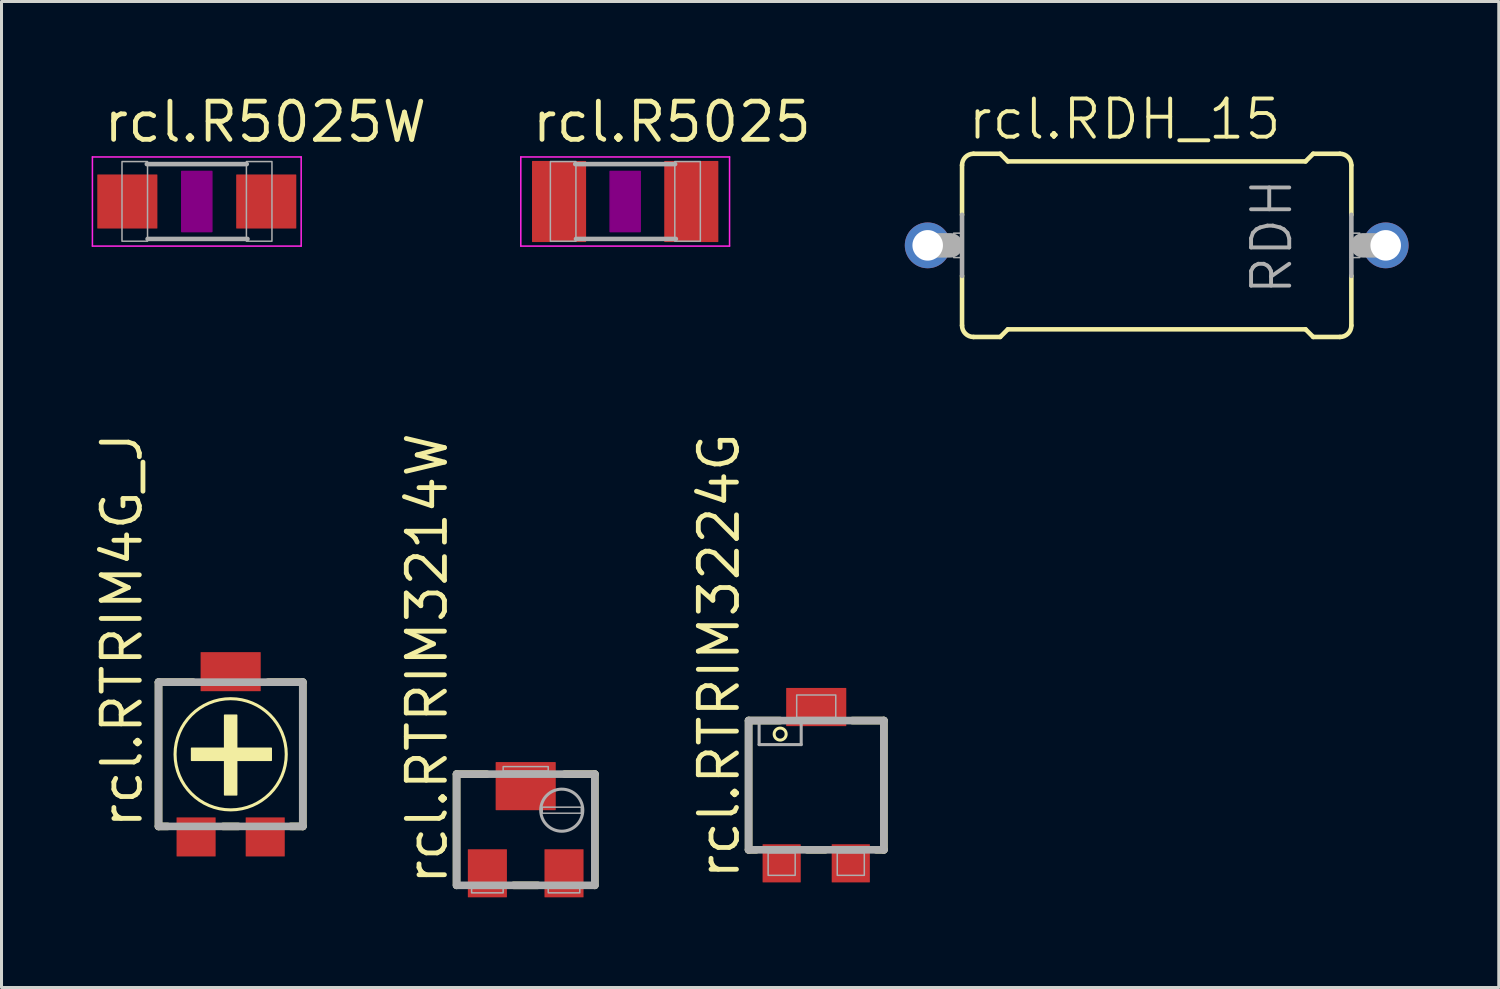
<source format=kicad_pcb>
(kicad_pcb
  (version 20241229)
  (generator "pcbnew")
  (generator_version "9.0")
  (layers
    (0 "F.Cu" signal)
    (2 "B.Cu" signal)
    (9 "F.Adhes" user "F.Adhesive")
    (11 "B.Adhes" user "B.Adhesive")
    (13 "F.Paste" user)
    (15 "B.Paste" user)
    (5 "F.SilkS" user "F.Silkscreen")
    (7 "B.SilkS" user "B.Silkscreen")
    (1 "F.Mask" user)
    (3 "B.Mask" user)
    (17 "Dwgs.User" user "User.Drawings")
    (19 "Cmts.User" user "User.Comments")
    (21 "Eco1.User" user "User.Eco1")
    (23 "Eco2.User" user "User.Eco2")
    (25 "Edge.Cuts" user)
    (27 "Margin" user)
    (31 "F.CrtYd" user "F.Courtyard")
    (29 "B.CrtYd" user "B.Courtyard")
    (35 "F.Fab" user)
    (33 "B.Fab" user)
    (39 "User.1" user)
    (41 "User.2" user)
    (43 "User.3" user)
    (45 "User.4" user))
  (footprint "rcl.R5025"
    (layer "F.Cu")
    (at 17.752 3.655)
    (property "Reference" "rcl.R5025" (at -3.175 -1.905 0) (layer "F.SilkS") (effects (font (size 1.27 1.27) (thickness 0.16)) (justify left bottom)))
    (attr smd)
    (fp_rect (start -0.5 1) (end 0.5 -1) (stroke (width 0.05) (type default)) (fill yes) (layer "F.Adhes"))
    (fp_line (start -3.473 -1.483) (end 3.473 -1.483) (stroke (width 0.051) (type default)) (layer "F.CrtYd"))
    (fp_line (start -3.473 1.483) (end -3.473 -1.483) (stroke (width 0.051) (type default)) (layer "F.CrtYd"))
    (fp_line (start 3.473 -1.483) (end 3.473 1.483) (stroke (width 0.051) (type default)) (layer "F.CrtYd"))
    (fp_line (start 3.473 1.483) (end -3.473 1.483) (stroke (width 0.051) (type default)) (layer "F.CrtYd"))
    (fp_line (start -1.662 -1.245) (end 1.662 -1.245) (stroke (width 0.152) (type default)) (layer "F.Fab"))
    (fp_line (start -1.637 1.245) (end 1.687 1.245) (stroke (width 0.152) (type default)) (layer "F.Fab"))
    (fp_rect (start -2.489 1.321) (end -1.639 -1.329) (stroke (width 0.05) (type default)) (fill no) (layer "F.Fab"))
    (fp_rect (start 1.651 1.321) (end 2.501 -1.329) (stroke (width 0.05) (type default)) (fill no) (layer "F.Fab"))
    (pad "1" smd roundrect (at -2.2 0) (size 1.8 2.7) (layers "F.Cu" "F.Mask" "F.Paste") (roundrect_rratio 0.01))
    (pad "2" smd roundrect (at 2.2 0) (size 1.8 2.7) (layers "F.Cu" "F.Mask" "F.Paste") (roundrect_rratio 0.01)))
  (footprint "rcl.RTRIM3214W"
    (layer "F.Cu")
    (at 14.442 24.558)
    (property "Reference" "rcl.RTRIM3214W" (at -2.54 1.905 90) (layer "F.SilkS") (effects (font (size 1.27 1.27) (thickness 0.16)) (justify left bottom)))
    (attr smd)
    (fp_line (start -2.3 -1.85) (end -1.3 -1.85) (stroke (width 0.254) (type default)) (layer "F.SilkS"))
    (fp_line (start -2.3 1.85) (end -2.3 -1.85) (stroke (width 0.254) (type default)) (layer "F.SilkS"))
    (fp_line (start -0.4 1.85) (end 0.4 1.85) (stroke (width 0.254) (type default)) (layer "F.SilkS"))
    (fp_line (start 2.3 -1.85) (end 1.3 -1.85) (stroke (width 0.254) (type default)) (layer "F.SilkS"))
    (fp_line (start 2.3 1.85) (end 2.3 -1.85) (stroke (width 0.254) (type default)) (layer "F.SilkS"))
    (fp_line (start -2.3 -1.85) (end 2.3 -1.85) (stroke (width 0.254) (type default)) (layer "F.Fab"))
    (fp_line (start -2.3 1.85) (end -2.3 -1.85) (stroke (width 0.254) (type default)) (layer "F.Fab"))
    (fp_line (start 2.3 -1.85) (end 2.3 1.85) (stroke (width 0.254) (type default)) (layer "F.Fab"))
    (fp_line (start 2.3 1.85) (end -2.3 1.85) (stroke (width 0.254) (type default)) (layer "F.Fab"))
    (fp_rect (start -1.8 2.1) (end -0.75 1.95) (stroke (width 0.05) (type default)) (fill no) (layer "F.Fab"))
    (fp_rect (start -0.75 -1.95) (end 0.75 -2.1) (stroke (width 0.05) (type default)) (fill no) (layer "F.Fab"))
    (fp_rect (start 0.55 -0.55) (end 1.85 -0.75) (stroke (width 0.05) (type default)) (fill no) (layer "F.Fab"))
    (fp_rect (start 0.75 2.1) (end 1.8 1.95) (stroke (width 0.05) (type default)) (fill no) (layer "F.Fab"))
    (fp_circle (center 1.2 -0.65) (end 1.9 -0.65) (stroke (width 0.102) (type default)) (fill no) (layer "F.Fab"))
    (pad "1" smd roundrect (at -1.275 1.45) (size 1.3 1.6) (layers "F.Cu" "F.Mask" "F.Paste") (roundrect_rratio 0.01))
    (pad "2" smd roundrect (at 0 -1.45) (size 2 1.6) (layers "F.Cu" "F.Mask" "F.Paste") (roundrect_rratio 0.01))
    (pad "3" smd roundrect (at 1.275 1.45) (size 1.3 1.6) (layers "F.Cu" "F.Mask" "F.Paste") (roundrect_rratio 0.01)))
  (footprint "rcl.R5025W"
    (layer "F.Cu")
    (at 3.498 3.655)
    (property "Reference" "rcl.R5025W" (at -3.175 -1.905 0) (layer "F.SilkS") (effects (font (size 1.27 1.27) (thickness 0.16)) (justify left bottom)))
    (attr smd)
    (fp_rect (start -0.5 1) (end 0.5 -1) (stroke (width 0.05) (type default)) (fill yes) (layer "F.Adhes"))
    (fp_line (start -3.473 -1.483) (end 3.473 -1.483) (stroke (width 0.051) (type default)) (layer "F.CrtYd"))
    (fp_line (start -3.473 1.483) (end -3.473 -1.483) (stroke (width 0.051) (type default)) (layer "F.CrtYd"))
    (fp_line (start 3.473 -1.483) (end 3.473 1.483) (stroke (width 0.051) (type default)) (layer "F.CrtYd"))
    (fp_line (start 3.473 1.483) (end -3.473 1.483) (stroke (width 0.051) (type default)) (layer "F.CrtYd"))
    (fp_line (start -1.662 -1.245) (end 1.662 -1.245) (stroke (width 0.152) (type default)) (layer "F.Fab"))
    (fp_line (start -1.637 1.245) (end 1.687 1.245) (stroke (width 0.152) (type default)) (layer "F.Fab"))
    (fp_rect (start -2.489 1.321) (end -1.639 -1.329) (stroke (width 0.05) (type default)) (fill no) (layer "F.Fab"))
    (fp_rect (start 1.651 1.321) (end 2.501 -1.329) (stroke (width 0.05) (type default)) (fill no) (layer "F.Fab"))
    (pad "1" smd roundrect (at -2.311 0) (size 2 1.8) (layers "F.Cu" "F.Mask" "F.Paste") (roundrect_rratio 0.01))
    (pad "2" smd roundrect (at 2.311 0) (size 2 1.8) (layers "F.Cu" "F.Mask" "F.Paste") (roundrect_rratio 0.01)))
  (footprint "rcl.RTRIM3224G"
    (layer "F.Cu")
    (at 24.109 23.076)
    (property "Reference" "rcl.RTRIM3224G" (at -2.49 3.205 90) (layer "F.SilkS") (effects (font (size 1.27 1.27) (thickness 0.16)) (justify left bottom)))
    (attr smd)
    (fp_line (start -2.25 -2.15) (end -2.25 2.15) (stroke (width 0.254) (type default)) (layer "F.SilkS"))
    (fp_line (start -2.25 2.15) (end -2 2.15) (stroke (width 0.254) (type default)) (layer "F.SilkS"))
    (fp_line (start -1.2 -2.15) (end -2.25 -2.15) (stroke (width 0.254) (type default)) (layer "F.SilkS"))
    (fp_line (start -0.3 2.15) (end 0.3 2.15) (stroke (width 0.254) (type default)) (layer "F.SilkS"))
    (fp_line (start 1.2 -2.15) (end 2.25 -2.15) (stroke (width 0.254) (type default)) (layer "F.SilkS"))
    (fp_line (start 2.25 -2.15) (end 2.25 2.15) (stroke (width 0.254) (type default)) (layer "F.SilkS"))
    (fp_line (start 2.25 2.15) (end 2 2.15) (stroke (width 0.254) (type default)) (layer "F.SilkS"))
    (fp_circle (center -1.2 -1.7) (end -1 -1.7) (stroke (width 0.1) (type default)) (fill no) (layer "F.SilkS"))
    (fp_line (start -2.25 -2.15) (end 2.25 -2.15) (stroke (width 0.254) (type default)) (layer "F.Fab"))
    (fp_line (start -2.25 2.15) (end -2.25 -2.15) (stroke (width 0.254) (type default)) (layer "F.Fab"))
    (fp_line (start -1.9 -1.35) (end -1.9 -2.05) (stroke (width 0.102) (type default)) (layer "F.Fab"))
    (fp_line (start -0.5 -2.05) (end -0.5 -1.35) (stroke (width 0.102) (type default)) (layer "F.Fab"))
    (fp_line (start -0.5 -1.35) (end -1.9 -1.35) (stroke (width 0.102) (type default)) (layer "F.Fab"))
    (fp_line (start 2.25 -2.15) (end 2.25 2.15) (stroke (width 0.254) (type default)) (layer "F.Fab"))
    (fp_line (start 2.25 2.15) (end -2.25 2.15) (stroke (width 0.254) (type default)) (layer "F.Fab"))
    (fp_rect (start -1.6 3) (end -0.7 2.25) (stroke (width 0.05) (type default)) (fill no) (layer "F.Fab"))
    (fp_rect (start -0.65 -2.25) (end 0.65 -3) (stroke (width 0.05) (type default)) (fill no) (layer "F.Fab"))
    (fp_rect (start 0.7 3) (end 1.6 2.25) (stroke (width 0.05) (type default)) (fill no) (layer "F.Fab"))
    (pad "1" smd roundrect (at -1.15 2.6) (size 1.27 1.27) (layers "F.Cu" "F.Mask" "F.Paste") (roundrect_rratio 0.01))
    (pad "2" smd roundrect (at 0 -2.6) (size 2 1.27) (layers "F.Cu" "F.Mask" "F.Paste") (roundrect_rratio 0.01))
    (pad "3" smd roundrect (at 1.15 2.6) (size 1.27 1.27) (layers "F.Cu" "F.Mask" "F.Paste") (roundrect_rratio 0.01)))
  (footprint "rcl.RTRIM4G_J"
    (layer "F.Cu")
    (at 4.625 22.048)
    (property "Reference" "rcl.RTRIM4G_J" (at -2.875 2.54 90) (layer "F.SilkS") (effects (font (size 1.27 1.27) (thickness 0.16)) (justify left bottom)))
    (attr smd)
    (fp_line (start -2.4 -2.4) (end -1.25 -2.4) (stroke (width 0.254) (type default)) (layer "F.SilkS"))
    (fp_line (start -2.4 2.4) (end -2.4 -2.4) (stroke (width 0.254) (type default)) (layer "F.SilkS"))
    (fp_line (start -2.1 2.4) (end -2.4 2.4) (stroke (width 0.254) (type default)) (layer "F.SilkS"))
    (fp_line (start -0.25 2.4) (end 0.25 2.4) (stroke (width 0.254) (type default)) (layer "F.SilkS"))
    (fp_line (start 2 2.4) (end 2.4 2.4) (stroke (width 0.254) (type default)) (layer "F.SilkS"))
    (fp_line (start 2.4 -2.4) (end 1.25 -2.4) (stroke (width 0.254) (type default)) (layer "F.SilkS"))
    (fp_line (start 2.4 2.4) (end 2.4 -2.4) (stroke (width 0.254) (type default)) (layer "F.SilkS"))
    (fp_rect (start -1.3 0.2) (end 1.35 -0.2) (stroke (width 0.05) (type default)) (fill yes) (layer "F.SilkS"))
    (fp_rect (start -0.2 1.35) (end 0.2 -1.3) (stroke (width 0.05) (type default)) (fill yes) (layer "F.SilkS"))
    (fp_circle (center 0 0) (end 1.85 0) (stroke (width 0.102) (type default)) (fill no) (layer "F.SilkS"))
    (fp_line (start -2.4 -2.4) (end -2.4 2.4) (stroke (width 0.254) (type default)) (layer "F.Fab"))
    (fp_line (start -2.4 2.4) (end 2.4 2.4) (stroke (width 0.254) (type default)) (layer "F.Fab"))
    (fp_line (start 2.4 -2.4) (end -2.4 -2.4) (stroke (width 0.254) (type default)) (layer "F.Fab"))
    (fp_line (start 2.4 2.4) (end 2.4 -2.4) (stroke (width 0.254) (type default)) (layer "F.Fab"))
    (pad "1" smd roundrect (at -1.15 2.75) (size 1.3 1.3) (layers "F.Cu" "F.Mask" "F.Paste") (roundrect_rratio 0.01))
    (pad "2" smd roundrect (at 0 -2.75) (size 2 1.3) (layers "F.Cu" "F.Mask" "F.Paste") (roundrect_rratio 0.01))
    (pad "3" smd roundrect (at 1.15 2.75) (size 1.3 1.3) (layers "F.Cu" "F.Mask" "F.Paste") (roundrect_rratio 0.01)))
  (footprint "rcl.RDH_15"
    (layer "F.Cu")
    (at 35.438 5.114)
    (property "Reference" "rcl.RDH_15" (at -6.35 -3.454 0) (layer "F.SilkS") (effects (font (size 1.27 1.27) (thickness 0.13)) (justify left bottom)))
    (attr through_hole)
    (fp_line (start -6.477 -1.016) (end -6.477 -2.667) (stroke (width 0.152) (type default)) (layer "F.SilkS"))
    (fp_line (start -6.477 2.667) (end -6.477 1.016) (stroke (width 0.152) (type default)) (layer "F.SilkS"))
    (fp_line (start -6.096 -3.048) (end -5.207 -3.048) (stroke (width 0.152) (type default)) (layer "F.SilkS"))
    (fp_line (start -6.096 3.048) (end -5.207 3.048) (stroke (width 0.152) (type default)) (layer "F.SilkS"))
    (fp_line (start -4.953 -2.794) (end -5.207 -3.048) (stroke (width 0.152) (type default)) (layer "F.SilkS"))
    (fp_line (start -4.953 2.794) (end -5.207 3.048) (stroke (width 0.152) (type default)) (layer "F.SilkS"))
    (fp_line (start 4.953 -2.794) (end -4.953 -2.794) (stroke (width 0.152) (type default)) (layer "F.SilkS"))
    (fp_line (start 4.953 -2.794) (end 5.207 -3.048) (stroke (width 0.152) (type default)) (layer "F.SilkS"))
    (fp_line (start 4.953 2.794) (end -4.953 2.794) (stroke (width 0.152) (type default)) (layer "F.SilkS"))
    (fp_line (start 4.953 2.794) (end 5.207 3.048) (stroke (width 0.152) (type default)) (layer "F.SilkS"))
    (fp_line (start 6.096 -3.048) (end 5.207 -3.048) (stroke (width 0.152) (type default)) (layer "F.SilkS"))
    (fp_line (start 6.096 3.048) (end 5.207 3.048) (stroke (width 0.152) (type default)) (layer "F.SilkS"))
    (fp_line (start 6.477 -1.016) (end 6.477 -2.667) (stroke (width 0.152) (type default)) (layer "F.SilkS"))
    (fp_line (start 6.477 2.667) (end 6.477 1.016) (stroke (width 0.152) (type default)) (layer "F.SilkS"))
    (fp_arc (start -6.477 -2.667) (mid -6.365408 -2.936408) (end -6.096 -3.048) (stroke (width 0.1524) (type default)) (layer "F.SilkS"))
    (fp_arc (start -6.096 3.048) (mid -6.365408 2.936408) (end -6.477 2.667) (stroke (width 0.1524) (type default)) (layer "F.SilkS"))
    (fp_arc (start 6.096 -3.048) (mid 6.365408 -2.936408) (end 6.477 -2.667) (stroke (width 0.1524) (type default)) (layer "F.SilkS"))
    (fp_arc (start 6.477 2.667) (mid 6.365408 2.936408) (end 6.096 3.048) (stroke (width 0.1524) (type default)) (layer "F.SilkS"))
    (fp_line (start -7.62 0) (end -6.858 0) (stroke (width 0.813) (type default)) (layer "F.Fab"))
    (fp_line (start -6.477 -1.016) (end -6.477 1.016) (stroke (width 0.152) (type default)) (layer "F.Fab"))
    (fp_line (start 6.477 -1.016) (end 6.477 1.016) (stroke (width 0.152) (type default)) (layer "F.Fab"))
    (fp_line (start 6.858 0) (end 7.62 0) (stroke (width 0.813) (type default)) (layer "F.Fab"))
    (fp_rect (start -6.756 0.406) (end -6.452 -0.406) (stroke (width 0.05) (type default)) (fill no) (layer "F.Fab"))
    (fp_rect (start 6.452 0.406) (end 6.756 -0.406) (stroke (width 0.05) (type default)) (fill no) (layer "F.Fab"))
    (fp_text user "RDH" (at 4.572 1.727 90) (layer "F.Fab") (effects (font (size 1.27 1.27) (thickness 0.13)) (justify left bottom)))
    (pad "1" thru_hole circle (at -7.62 0) (size 1.524 1.524) (drill 1.016) (layers "*.Cu" "*.Mask"))
    (pad "2" thru_hole circle (at 7.62 0) (size 1.524 1.524) (drill 1.016) (layers "*.Cu" "*.Mask")))
  (gr_rect
    (start -3 -3)
    (end 46.82 29.808)
    (stroke (width 0.1) (type default))
    (fill no)
    (layer "Edge.Cuts")))
</source>
